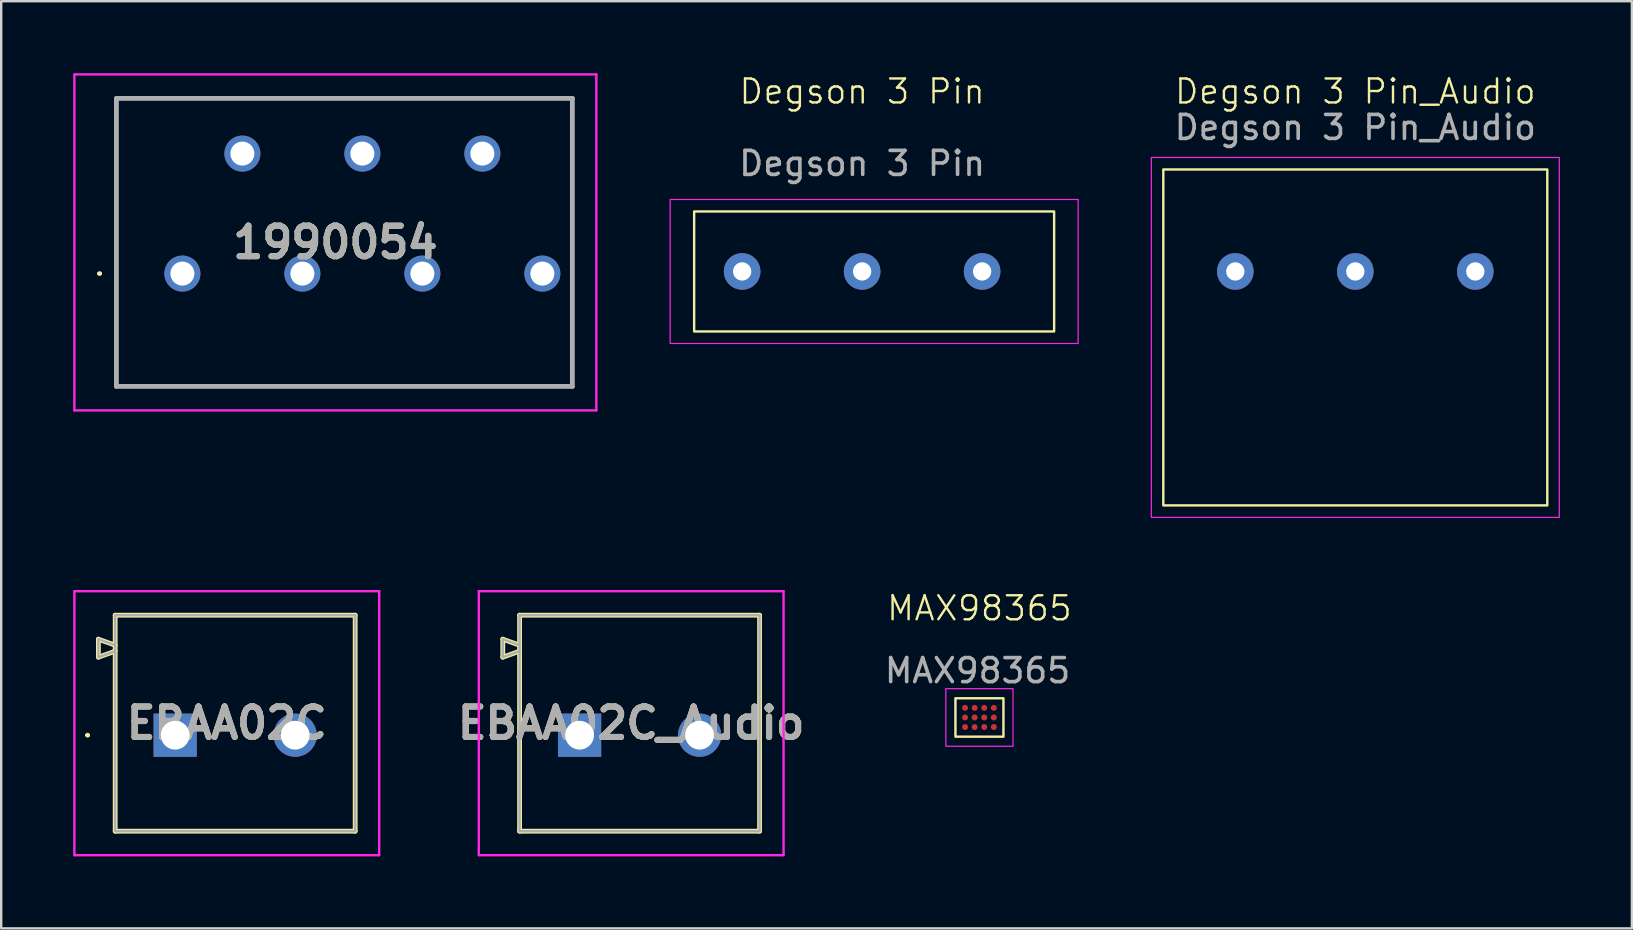
<source format=kicad_pcb>
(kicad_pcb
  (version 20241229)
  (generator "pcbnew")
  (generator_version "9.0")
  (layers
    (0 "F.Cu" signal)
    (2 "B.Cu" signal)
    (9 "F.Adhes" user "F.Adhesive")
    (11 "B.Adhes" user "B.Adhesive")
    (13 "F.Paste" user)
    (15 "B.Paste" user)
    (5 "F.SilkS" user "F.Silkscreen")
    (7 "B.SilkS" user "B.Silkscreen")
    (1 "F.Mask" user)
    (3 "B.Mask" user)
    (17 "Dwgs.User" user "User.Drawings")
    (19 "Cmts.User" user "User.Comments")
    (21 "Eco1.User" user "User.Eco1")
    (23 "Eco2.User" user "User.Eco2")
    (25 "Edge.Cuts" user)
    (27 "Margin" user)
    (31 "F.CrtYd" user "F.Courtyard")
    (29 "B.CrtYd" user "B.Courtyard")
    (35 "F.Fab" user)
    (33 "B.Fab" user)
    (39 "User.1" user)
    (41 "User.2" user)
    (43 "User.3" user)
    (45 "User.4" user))
  (footprint "EBAA02C"
    (layer "F.Cu")
    (at 6.75 27.335)
    (property "Reference" "EBAA02C" (at -0.35 -0.25 0) (layer "F.SilkS") (effects (font (size 1.27 1.27) (thickness 0.254))))
    (attr through_hole)
    (fp_line (start -6.2 0.25) (end -6.2 0.25) (stroke (width 0.1) (type solid)) (layer "F.SilkS"))
    (fp_line (start -6.1 0.25) (end -6.1 0.25) (stroke (width 0.1) (type solid)) (layer "F.SilkS"))
    (fp_line (start -5.7 -3.75) (end -5.7 -3) (stroke (width 0.2) (type solid)) (layer "F.SilkS"))
    (fp_line (start -5.7 -3) (end -5 -3.25) (stroke (width 0.2) (type solid)) (layer "F.SilkS"))
    (fp_line (start -5 -4.75) (end 5 -4.75) (stroke (width 0.2) (type solid)) (layer "F.SilkS"))
    (fp_line (start -5 -3.5) (end -5.7 -3.75) (stroke (width 0.2) (type solid)) (layer "F.SilkS"))
    (fp_line (start -5 4.25) (end -5 -4.75) (stroke (width 0.2) (type solid)) (layer "F.SilkS"))
    (fp_line (start 5 -4.75) (end 5 4.25) (stroke (width 0.2) (type solid)) (layer "F.SilkS"))
    (fp_line (start 5 4.25) (end -5 4.25) (stroke (width 0.2) (type solid)) (layer "F.SilkS"))
    (fp_arc (start -6.2 0.25) (mid -6.15 0.2) (end -6.1 0.25) (stroke (width 0.1) (type solid)) (layer "F.SilkS"))
    (fp_arc (start -6.1 0.25) (mid -6.15 0.3) (end -6.2 0.25) (stroke (width 0.1) (type solid)) (layer "F.SilkS"))
    (fp_line (start -6.7 -5.75) (end 6 -5.75) (stroke (width 0.1) (type solid)) (layer "F.CrtYd"))
    (fp_line (start -6.7 5.25) (end -6.7 -5.75) (stroke (width 0.1) (type solid)) (layer "F.CrtYd"))
    (fp_line (start 6 -5.75) (end 6 5.25) (stroke (width 0.1) (type solid)) (layer "F.CrtYd"))
    (fp_line (start 6 5.25) (end -6.7 5.25) (stroke (width 0.1) (type solid)) (layer "F.CrtYd"))
    (fp_line (start -5.7 -3.75) (end -5.7 -3) (stroke (width 0.1) (type solid)) (layer "F.Fab"))
    (fp_line (start -5.7 -3) (end -5 -3.25) (stroke (width 0.1) (type solid)) (layer "F.Fab"))
    (fp_line (start -5 -4.75) (end 5 -4.75) (stroke (width 0.1) (type solid)) (layer "F.Fab"))
    (fp_line (start -5 -3.5) (end -5.7 -3.75) (stroke (width 0.1) (type solid)) (layer "F.Fab"))
    (fp_line (start -5 4.25) (end -5 -4.75) (stroke (width 0.1) (type solid)) (layer "F.Fab"))
    (fp_line (start 5 -4.75) (end 5 4.25) (stroke (width 0.1) (type solid)) (layer "F.Fab"))
    (fp_line (start 5 4.25) (end -5 4.25) (stroke (width 0.1) (type solid)) (layer "F.Fab"))
    (fp_text user "${REFERENCE}" (at -0.35 -0.25 0) (layer "F.Fab") (effects (font (size 1.27 1.27) (thickness 0.254))))
    (pad "1" thru_hole rect (at -2.5 0.25) (size 1.8 1.8) (drill 1.2) (layers "*.Cu" "*.Mask"))
    (pad "2" thru_hole circle (at 2.5 0.25) (size 1.8 1.8) (drill 1.2) (layers "*.Cu" "*.Mask")))
  (footprint "EBAA02C_Audio"
    (layer "F.Cu")
    (at 23.601 27.335)
    (property "Reference" "EBAA02C_Audio" (at -0.35 -0.25 0) (layer "F.SilkS") (effects (font (size 1.27 1.27) (thickness 0.254))))
    (attr through_hole)
    (fp_line (start -6.2 0.25) (end -6.2 0.25) (stroke (width 0.1) (type solid)) (layer "F.SilkS"))
    (fp_line (start -6.1 0.25) (end -6.1 0.25) (stroke (width 0.1) (type solid)) (layer "F.SilkS"))
    (fp_line (start -5.7 -3.75) (end -5.7 -3) (stroke (width 0.2) (type solid)) (layer "F.SilkS"))
    (fp_line (start -5.7 -3) (end -5 -3.25) (stroke (width 0.2) (type solid)) (layer "F.SilkS"))
    (fp_line (start -5 -4.75) (end 5 -4.75) (stroke (width 0.2) (type solid)) (layer "F.SilkS"))
    (fp_line (start -5 -3.5) (end -5.7 -3.75) (stroke (width 0.2) (type solid)) (layer "F.SilkS"))
    (fp_line (start -5 4.25) (end -5 -4.75) (stroke (width 0.2) (type solid)) (layer "F.SilkS"))
    (fp_line (start 5 -4.75) (end 5 4.25) (stroke (width 0.2) (type solid)) (layer "F.SilkS"))
    (fp_line (start 5 4.25) (end -5 4.25) (stroke (width 0.2) (type solid)) (layer "F.SilkS"))
    (fp_arc (start -6.2 0.25) (mid -6.15 0.2) (end -6.1 0.25) (stroke (width 0.1) (type solid)) (layer "F.SilkS"))
    (fp_arc (start -6.1 0.25) (mid -6.15 0.3) (end -6.2 0.25) (stroke (width 0.1) (type solid)) (layer "F.SilkS"))
    (fp_line (start -6.7 -5.75) (end 6 -5.75) (stroke (width 0.1) (type solid)) (layer "F.CrtYd"))
    (fp_line (start -6.7 5.25) (end -6.7 -5.75) (stroke (width 0.1) (type solid)) (layer "F.CrtYd"))
    (fp_line (start 6 -5.75) (end 6 5.25) (stroke (width 0.1) (type solid)) (layer "F.CrtYd"))
    (fp_line (start 6 5.25) (end -6.7 5.25) (stroke (width 0.1) (type solid)) (layer "F.CrtYd"))
    (fp_line (start -5.7 -3.75) (end -5.7 -3) (stroke (width 0.1) (type solid)) (layer "F.Fab"))
    (fp_line (start -5.7 -3) (end -5 -3.25) (stroke (width 0.1) (type solid)) (layer "F.Fab"))
    (fp_line (start -5 -4.75) (end 5 -4.75) (stroke (width 0.1) (type solid)) (layer "F.Fab"))
    (fp_line (start -5 -3.5) (end -5.7 -3.75) (stroke (width 0.1) (type solid)) (layer "F.Fab"))
    (fp_line (start -5 4.25) (end -5 -4.75) (stroke (width 0.1) (type solid)) (layer "F.Fab"))
    (fp_line (start 5 -4.75) (end 5 4.25) (stroke (width 0.1) (type solid)) (layer "F.Fab"))
    (fp_line (start 5 4.25) (end -5 4.25) (stroke (width 0.1) (type solid)) (layer "F.Fab"))
    (fp_text user "${REFERENCE}" (at -0.35 -0.25 0) (layer "F.Fab") (effects (font (size 1.27 1.27) (thickness 0.254))))
    (pad "S" thru_hole rect (at -2.5 0.25) (size 1.8 1.8) (drill 1.2) (layers "*.Cu" "*.Mask"))
    (pad "T" thru_hole circle (at 2.5 0.25) (size 1.8 1.8) (drill 1.2) (layers "*.Cu" "*.Mask")))
  (footprint "MAX98365"
    (layer "F.Cu")
    (at 37.753 27.036)
    (property "Reference" "MAX98365" (at 0.01 -4.74 0) (unlocked yes) (layer "F.SilkS") (effects (font (size 1 1) (thickness 0.1))))
    (attr smd)
    (fp_rect (start -0.99 -0.99) (end 1.01 0.61) (stroke (width 0.1) (type default)) (fill no) (layer "F.SilkS"))
    (fp_rect (start -1.39 -1.39) (end 1.41 1.01) (stroke (width 0.05) (type default)) (fill no) (layer "F.CrtYd"))
    (fp_text user "${REFERENCE}" (at -0.07 -2.14 0) (unlocked yes) (layer "F.Fab") (effects (font (size 1 1) (thickness 0.15))))
    (pad "A1" smd circle (at -0.59 -0.59) (size 0.25 0.25) (layers "F.Cu" "F.Mask" "F.Paste"))
    (pad "A2" smd circle (at -0.19 -0.59) (size 0.25 0.25) (layers "F.Cu" "F.Mask" "F.Paste"))
    (pad "A3" smd circle (at 0.21 -0.59) (size 0.25 0.25) (layers "F.Cu" "F.Mask" "F.Paste"))
    (pad "A4" smd circle (at 0.61 -0.59) (size 0.25 0.25) (layers "F.Cu" "F.Mask" "F.Paste"))
    (pad "B1" smd circle (at -0.59 -0.19) (size 0.25 0.25) (layers "F.Cu" "F.Mask" "F.Paste"))
    (pad "B2" smd circle (at -0.19 -0.19) (size 0.25 0.25) (layers "F.Cu" "F.Mask" "F.Paste"))
    (pad "B3" smd circle (at 0.21 -0.19) (size 0.25 0.25) (layers "F.Cu" "F.Mask" "F.Paste"))
    (pad "B4" smd circle (at 0.61 -0.19) (size 0.25 0.25) (layers "F.Cu" "F.Mask" "F.Paste"))
    (pad "C1" smd circle (at -0.59 0.21) (size 0.25 0.25) (layers "F.Cu" "F.Mask" "F.Paste"))
    (pad "C2" smd circle (at -0.19 0.21) (size 0.25 0.25) (layers "F.Cu" "F.Mask" "F.Paste"))
    (pad "C3" smd circle (at 0.21 0.21) (size 0.25 0.25) (layers "F.Cu" "F.Mask" "F.Paste"))
    (pad "C4" smd circle (at 0.61 0.208) (size 0.25 0.25) (layers "F.Cu" "F.Mask" "F.Paste")))
  (footprint "Degson 3 Pin"
    (layer "F.Cu")
    (at 32.875 8.261)
    (property "Reference" "Degson 3 Pin" (at 0 -7.5 0) (unlocked yes) (layer "F.SilkS") (effects (font (size 1 1) (thickness 0.1))))
    (attr through_hole)
    (fp_rect (start -7 -2.5) (end 8 2.5) (stroke (width 0.1) (type default)) (fill no) (layer "F.SilkS"))
    (fp_rect (start -8 -3) (end 9 3) (stroke (width 0.05) (type default)) (fill no) (layer "F.CrtYd"))
    (fp_text user "${REFERENCE}" (at 0 -4.5 0) (unlocked yes) (layer "F.Fab") (effects (font (size 1 1) (thickness 0.15))))
    (pad "1" thru_hole circle (at -5 0) (size 1.524 1.524) (drill 0.762) (layers "*.Cu" "*.Mask"))
    (pad "2" thru_hole circle (at 0 0) (size 1.524 1.524) (drill 0.762) (layers "*.Cu" "*.Mask"))
    (pad "3" thru_hole circle (at 5 0) (size 1.524 1.524) (drill 0.762) (layers "*.Cu" "*.Mask")))
  (footprint "1990054"
    (layer "F.Cu")
    (at 4.55 8.35)
    (property "Reference" "1990054" (at 6.375 -1.3 0) (layer "F.SilkS") (effects (font (size 1.27 1.27) (thickness 0.254))))
    (attr through_hole)
    (fp_line (start -3.5 0) (end -3.5 0) (stroke (width 0.1) (type solid)) (layer "F.SilkS"))
    (fp_line (start -3.4 0) (end -3.4 0) (stroke (width 0.1) (type solid)) (layer "F.SilkS"))
    (fp_line (start -2.75 -7.3) (end 16.25 -7.3) (stroke (width 0.1) (type solid)) (layer "F.SilkS"))
    (fp_line (start -2.75 4.7) (end -2.75 -7.3) (stroke (width 0.1) (type solid)) (layer "F.SilkS"))
    (fp_line (start 16.25 -7.3) (end 16.25 4.7) (stroke (width 0.1) (type solid)) (layer "F.SilkS"))
    (fp_line (start 16.25 4.7) (end -2.75 4.7) (stroke (width 0.1) (type solid)) (layer "F.SilkS"))
    (fp_arc (start -3.5 0) (mid -3.45 -0.05) (end -3.4 0) (stroke (width 0.1) (type solid)) (layer "F.SilkS"))
    (fp_arc (start -3.4 0) (mid -3.45 0.05) (end -3.5 0) (stroke (width 0.1) (type solid)) (layer "F.SilkS"))
    (fp_line (start -4.5 -8.3) (end 17.25 -8.3) (stroke (width 0.1) (type solid)) (layer "F.CrtYd"))
    (fp_line (start -4.5 5.7) (end -4.5 -8.3) (stroke (width 0.1) (type solid)) (layer "F.CrtYd"))
    (fp_line (start 17.25 -8.3) (end 17.25 5.7) (stroke (width 0.1) (type solid)) (layer "F.CrtYd"))
    (fp_line (start 17.25 5.7) (end -4.5 5.7) (stroke (width 0.1) (type solid)) (layer "F.CrtYd"))
    (fp_line (start -2.75 -7.3) (end 16.25 -7.3) (stroke (width 0.2) (type solid)) (layer "F.Fab"))
    (fp_line (start -2.75 4.7) (end -2.75 -7.3) (stroke (width 0.2) (type solid)) (layer "F.Fab"))
    (fp_line (start 16.25 -7.3) (end 16.25 4.7) (stroke (width 0.2) (type solid)) (layer "F.Fab"))
    (fp_line (start 16.25 4.7) (end -2.75 4.7) (stroke (width 0.2) (type solid)) (layer "F.Fab"))
    (fp_text user "${REFERENCE}" (at 6.375 -1.3 0) (layer "F.Fab") (effects (font (size 1.27 1.27) (thickness 0.254))))
    (pad "1" thru_hole circle (at 0 0) (size 1.5 1.5) (drill 1) (layers "*.Cu" "*.Mask"))
    (pad "2" thru_hole circle (at 2.5 -5) (size 1.5 1.5) (drill 1) (layers "*.Cu" "*.Mask"))
    (pad "3" thru_hole circle (at 5 0) (size 1.5 1.5) (drill 1) (layers "*.Cu" "*.Mask"))
    (pad "4" thru_hole circle (at 7.5 -5) (size 1.5 1.5) (drill 1) (layers "*.Cu" "*.Mask"))
    (pad "5" thru_hole circle (at 10 0) (size 1.5 1.5) (drill 1) (layers "*.Cu" "*.Mask"))
    (pad "6" thru_hole circle (at 12.5 -5) (size 1.5 1.5) (drill 1) (layers "*.Cu" "*.Mask"))
    (pad "7" thru_hole circle (at 15 0) (size 1.5 1.5) (drill 1) (layers "*.Cu" "*.Mask")))
  (footprint "Degson 3 Pin_Audio"
    (layer "F.Cu")
    (at 53.425 8.261)
    (property "Reference" "Degson 3 Pin_Audio" (at 0 -7.5 0) (unlocked yes) (layer "F.SilkS") (effects (font (size 1 1) (thickness 0.1))))
    (attr through_hole)
    (fp_rect (start -8 -4.25) (end 8 9.75) (stroke (width 0.1) (type default)) (fill no) (layer "F.SilkS"))
    (fp_rect (start -8.5 -4.75) (end 8.5 10.25) (stroke (width 0.05) (type default)) (fill no) (layer "F.CrtYd"))
    (fp_text user "${REFERENCE}" (at 0 -6 0) (unlocked yes) (layer "F.Fab") (effects (font (size 1 1) (thickness 0.15))))
    (pad "3" thru_hole circle (at 5 0) (size 1.524 1.524) (drill 0.762) (layers "*.Cu" "*.Mask"))
    (pad "S" thru_hole circle (at 0 0) (size 1.524 1.524) (drill 0.762) (layers "*.Cu" "*.Mask"))
    (pad "T" thru_hole circle (at -5 0) (size 1.524 1.524) (drill 0.762) (layers "*.Cu" "*.Mask")))
  (gr_rect
    (start -3 -3)
    (end 64.95 35.636)
    (stroke (width 0.1) (type default))
    (fill no)
    (layer "Edge.Cuts")))
</source>
